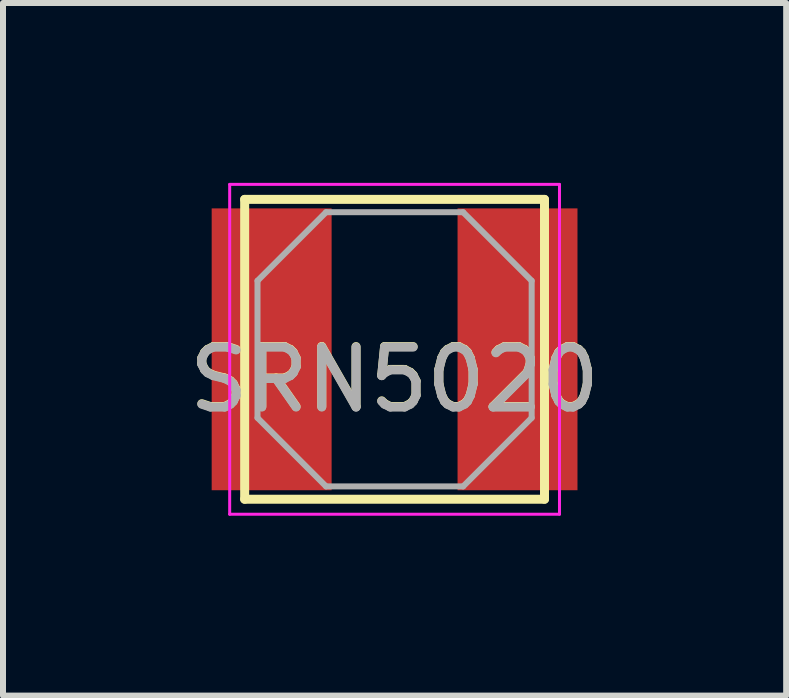
<source format=kicad_pcb>
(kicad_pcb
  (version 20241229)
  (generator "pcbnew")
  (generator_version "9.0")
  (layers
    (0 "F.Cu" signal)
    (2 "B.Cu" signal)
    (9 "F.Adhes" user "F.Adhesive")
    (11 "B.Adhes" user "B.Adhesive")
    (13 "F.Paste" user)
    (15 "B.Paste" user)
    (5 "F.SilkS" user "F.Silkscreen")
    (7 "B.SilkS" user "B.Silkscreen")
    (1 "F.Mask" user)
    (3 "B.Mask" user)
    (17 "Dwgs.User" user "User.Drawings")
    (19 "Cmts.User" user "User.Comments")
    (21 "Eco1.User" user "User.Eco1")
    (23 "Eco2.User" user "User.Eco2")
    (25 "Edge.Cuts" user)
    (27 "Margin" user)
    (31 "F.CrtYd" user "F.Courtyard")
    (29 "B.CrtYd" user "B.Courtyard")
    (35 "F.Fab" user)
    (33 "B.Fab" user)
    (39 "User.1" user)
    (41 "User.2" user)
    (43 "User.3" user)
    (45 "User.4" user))
  (footprint "SRN5020"
    (layer "F.Cu")
    (at 3.53 2.775)
    (property "Reference" "SRN5020" (at 0 0.5 0) (layer "F.SilkS") (effects (font (size 1 1) (thickness 0.15))))
    (attr through_hole)
    (fp_line (start -2.5 -2.5) (end 2.5 -2.5) (stroke (width 0.15) (type solid)) (layer "F.SilkS"))
    (fp_line (start -2.5 2.5) (end -2.5 -2.5) (stroke (width 0.15) (type solid)) (layer "F.SilkS"))
    (fp_line (start -2.5 2.5) (end 2.5 2.5) (stroke (width 0.15) (type solid)) (layer "F.SilkS"))
    (fp_line (start 2.5 -2.5) (end 2.5 2.5) (stroke (width 0.15) (type solid)) (layer "F.SilkS"))
    (fp_line (start -2.75 -2.75) (end 2.75 -2.75) (stroke (width 0.05) (type solid)) (layer "F.CrtYd"))
    (fp_line (start -2.75 2.75) (end -2.75 -2.75) (stroke (width 0.05) (type solid)) (layer "F.CrtYd"))
    (fp_line (start 2.75 -2.75) (end 2.75 2.75) (stroke (width 0.05) (type solid)) (layer "F.CrtYd"))
    (fp_line (start 2.75 2.75) (end -2.75 2.75) (stroke (width 0.05) (type solid)) (layer "F.CrtYd"))
    (fp_line (start -2.286 -1.143) (end -1.143 -2.286) (stroke (width 0.1) (type solid)) (layer "F.Fab"))
    (fp_line (start -2.286 1.143) (end -2.286 -1.143) (stroke (width 0.1) (type solid)) (layer "F.Fab"))
    (fp_line (start -1.143 -2.286) (end 1.143 -2.286) (stroke (width 0.1) (type solid)) (layer "F.Fab"))
    (fp_line (start -1.143 2.286) (end -2.286 1.143) (stroke (width 0.1) (type solid)) (layer "F.Fab"))
    (fp_line (start 1.143 -2.286) (end 2.286 -1.143) (stroke (width 0.1) (type solid)) (layer "F.Fab"))
    (fp_line (start 1.143 2.286) (end -1.143 2.286) (stroke (width 0.1) (type solid)) (layer "F.Fab"))
    (fp_line (start 2.286 -1.143) (end 2.286 1.143) (stroke (width 0.1) (type solid)) (layer "F.Fab"))
    (fp_line (start 2.286 1.143) (end 1.143 2.286) (stroke (width 0.1) (type solid)) (layer "F.Fab"))
    (fp_text user "${REFERENCE}" (at 0 0.508 0) (layer "F.Fab") (effects (font (size 1 1) (thickness 0.15))))
    (pad "1" smd rect (at 2.05 0) (size 2 4.7) (layers "F.Cu" "F.Mask" "F.Paste"))
    (pad "2" smd rect (at -2.05 0) (size 2 4.7) (layers "F.Cu" "F.Mask" "F.Paste")))
  (gr_rect
    (start -3 -3)
    (end 10.06 8.55)
    (stroke (width 0.1) (type default))
    (fill no)
    (layer "Edge.Cuts")))
</source>
